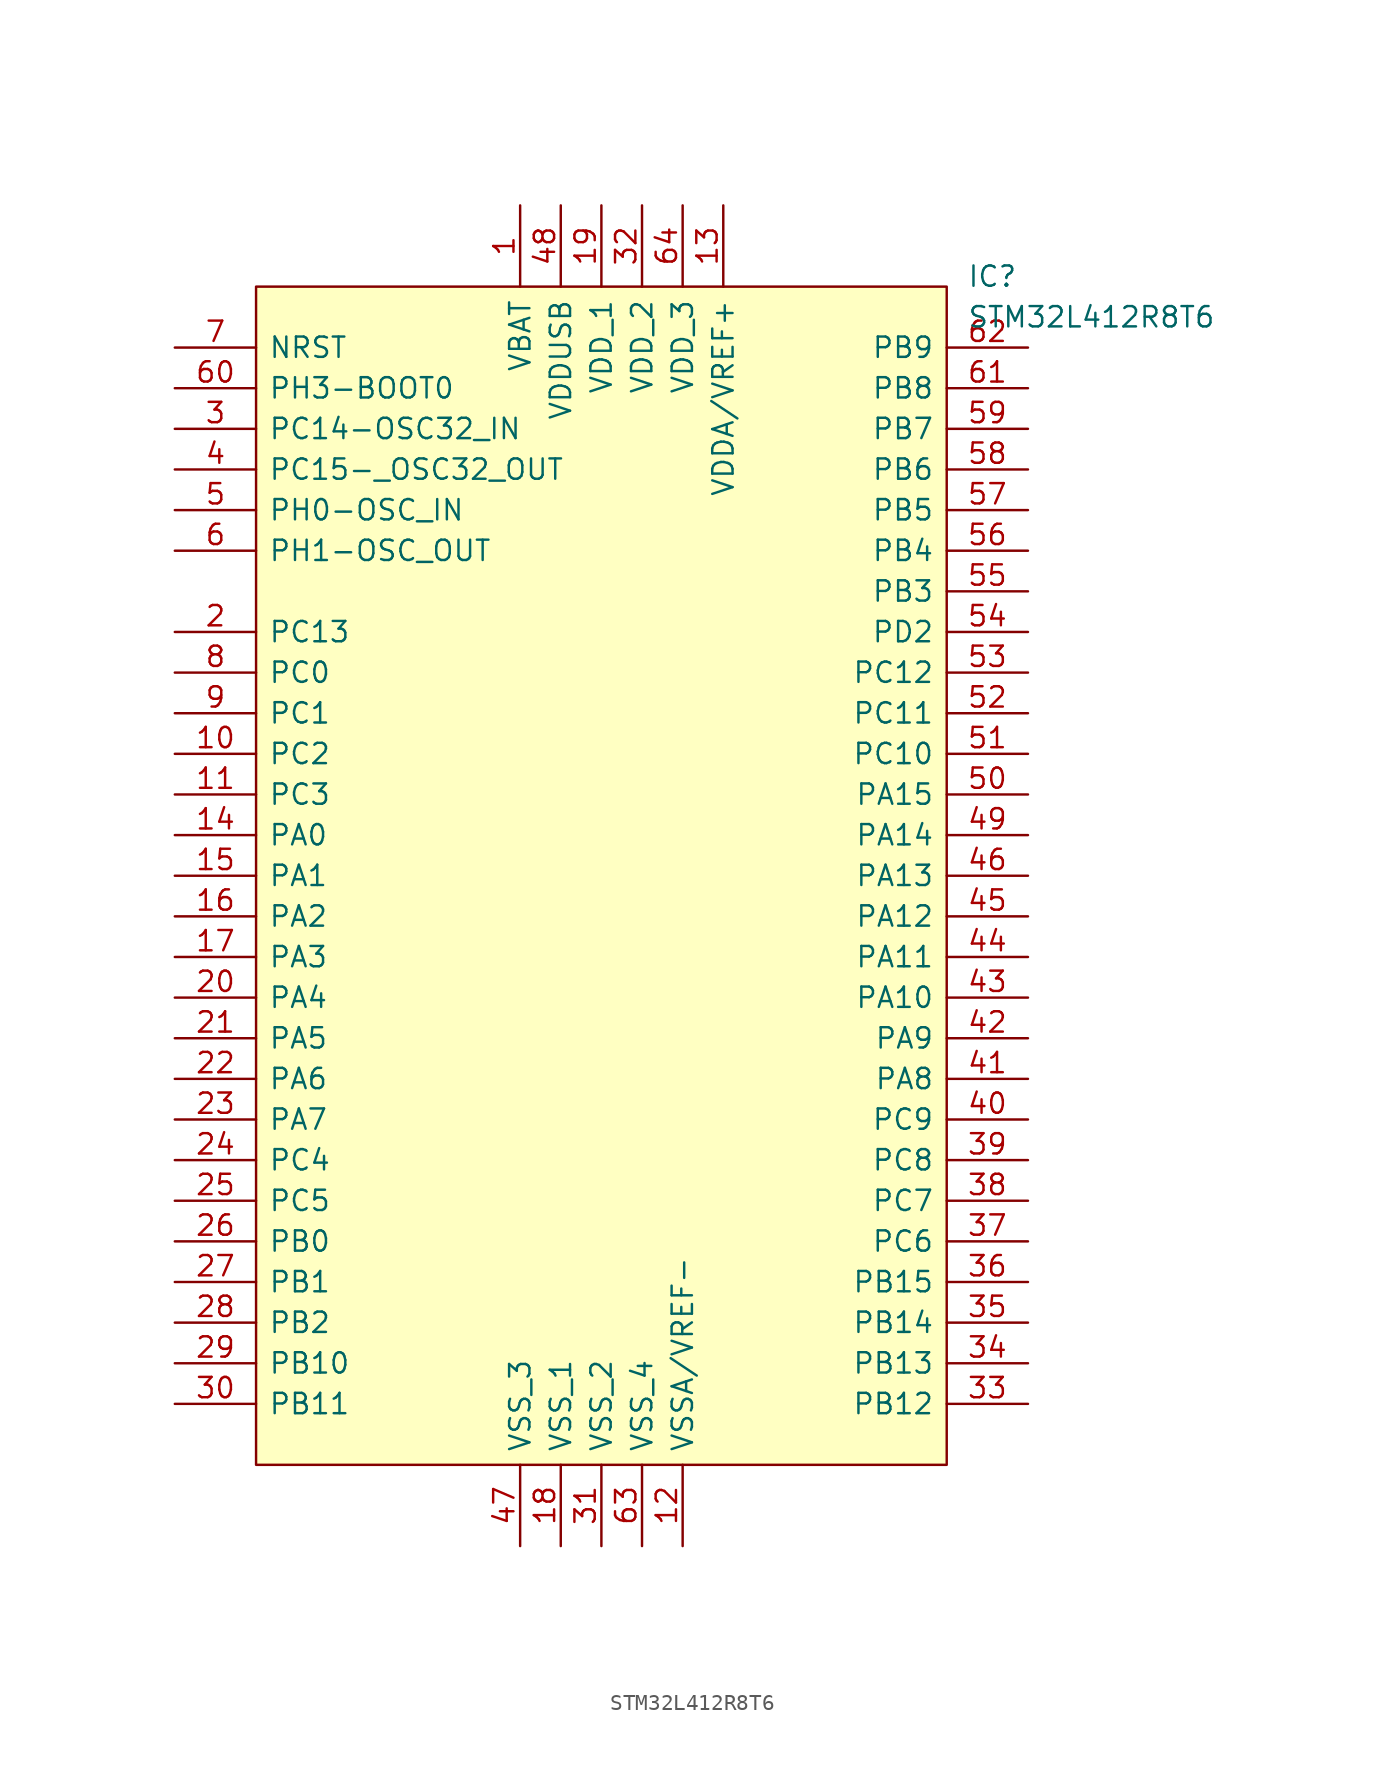
<source format=kicad_sym>
(kicad_symbol_lib
  (version 20211014)
  (generator kicad_symbol_editor)
  (symbol "STM32L412R8T6"
    (pin_names
      (offset 0.762))
    (property "Reference" "IC"
      (at 49.53 17.145 0)
      (effects (font (size 1.27 1.27)) (justify left)))
    (property "Value" "STM32L412R8T6"
      (at 49.53 14.605 0)
      (effects (font (size 1.27 1.27)) (justify left)))
    (symbol "STM32L412R8T6_0_0"
      (pin passive line (at 21.59 21.59 270) (length 5.08) (name "VBAT" (effects (font (size 1.27 1.27)))) (number "1" (effects (font (size 1.27 1.27)))))
      (pin passive line (at 0 -12.7 0) (length 5.08) (name "PC2" (effects (font (size 1.27 1.27)))) (number "10" (effects (font (size 1.27 1.27)))))
      (pin passive line (at 0 -15.24 0) (length 5.08) (name "PC3" (effects (font (size 1.27 1.27)))) (number "11" (effects (font (size 1.27 1.27)))))
      (pin passive line (at 31.75 -62.23 90) (length 5.08) (name "VSSA/VREF-" (effects (font (size 1.27 1.27)))) (number "12" (effects (font (size 1.27 1.27)))))
      (pin passive line (at 34.29 21.59 270) (length 5.08) (name "VDDA/VREF+" (effects (font (size 1.27 1.27)))) (number "13" (effects (font (size 1.27 1.27)))))
      (pin passive line (at 0 -17.78 0) (length 5.08) (name "PA0" (effects (font (size 1.27 1.27)))) (number "14" (effects (font (size 1.27 1.27)))))
      (pin passive line (at 0 -20.32 0) (length 5.08) (name "PA1" (effects (font (size 1.27 1.27)))) (number "15" (effects (font (size 1.27 1.27)))))
      (pin passive line (at 0 -22.86 0) (length 5.08) (name "PA2" (effects (font (size 1.27 1.27)))) (number "16" (effects (font (size 1.27 1.27)))))
      (pin passive line (at 0 -25.4 0) (length 5.08) (name "PA3" (effects (font (size 1.27 1.27)))) (number "17" (effects (font (size 1.27 1.27)))))
      (pin passive line (at 24.13 -62.23 90) (length 5.08) (name "VSS_1" (effects (font (size 1.27 1.27)))) (number "18" (effects (font (size 1.27 1.27)))))
      (pin passive line (at 26.67 21.59 270) (length 5.08) (name "VDD_1" (effects (font (size 1.27 1.27)))) (number "19" (effects (font (size 1.27 1.27)))))
      (pin passive line (at 0 -5.08 0) (length 5.08) (name "PC13" (effects (font (size 1.27 1.27)))) (number "2" (effects (font (size 1.27 1.27)))))
      (pin passive line (at 0 -27.94 0) (length 5.08) (name "PA4" (effects (font (size 1.27 1.27)))) (number "20" (effects (font (size 1.27 1.27)))))
      (pin passive line (at 0 -30.48 0) (length 5.08) (name "PA5" (effects (font (size 1.27 1.27)))) (number "21" (effects (font (size 1.27 1.27)))))
      (pin passive line (at 0 -33.02 0) (length 5.08) (name "PA6" (effects (font (size 1.27 1.27)))) (number "22" (effects (font (size 1.27 1.27)))))
      (pin passive line (at 0 -35.56 0) (length 5.08) (name "PA7" (effects (font (size 1.27 1.27)))) (number "23" (effects (font (size 1.27 1.27)))))
      (pin passive line (at 0 -38.1 0) (length 5.08) (name "PC4" (effects (font (size 1.27 1.27)))) (number "24" (effects (font (size 1.27 1.27)))))
      (pin passive line (at 0 -40.64 0) (length 5.08) (name "PC5" (effects (font (size 1.27 1.27)))) (number "25" (effects (font (size 1.27 1.27)))))
      (pin passive line (at 0 -43.18 0) (length 5.08) (name "PB0" (effects (font (size 1.27 1.27)))) (number "26" (effects (font (size 1.27 1.27)))))
      (pin passive line (at 0 -45.72 0) (length 5.08) (name "PB1" (effects (font (size 1.27 1.27)))) (number "27" (effects (font (size 1.27 1.27)))))
      (pin passive line (at 0 -48.26 0) (length 5.08) (name "PB2" (effects (font (size 1.27 1.27)))) (number "28" (effects (font (size 1.27 1.27)))))
      (pin passive line (at 0 -50.8 0) (length 5.08) (name "PB10" (effects (font (size 1.27 1.27)))) (number "29" (effects (font (size 1.27 1.27)))))
      (pin passive line (at 0 7.62 0) (length 5.08) (name "PC14-OSC32_IN" (effects (font (size 1.27 1.27)))) (number "3" (effects (font (size 1.27 1.27)))))
      (pin passive line (at 0 -53.34 0) (length 5.08) (name "PB11" (effects (font (size 1.27 1.27)))) (number "30" (effects (font (size 1.27 1.27)))))
      (pin passive line (at 26.67 -62.23 90) (length 5.08) (name "VSS_2" (effects (font (size 1.27 1.27)))) (number "31" (effects (font (size 1.27 1.27)))))
      (pin passive line (at 29.21 21.59 270) (length 5.08) (name "VDD_2" (effects (font (size 1.27 1.27)))) (number "32" (effects (font (size 1.27 1.27)))))
      (pin passive line (at 53.34 -53.34 180) (length 5.08) (name "PB12" (effects (font (size 1.27 1.27)))) (number "33" (effects (font (size 1.27 1.27)))))
      (pin passive line (at 53.34 -50.8 180) (length 5.08) (name "PB13" (effects (font (size 1.27 1.27)))) (number "34" (effects (font (size 1.27 1.27)))))
      (pin passive line (at 53.34 -48.26 180) (length 5.08) (name "PB14" (effects (font (size 1.27 1.27)))) (number "35" (effects (font (size 1.27 1.27)))))
      (pin passive line (at 53.34 -45.72 180) (length 5.08) (name "PB15" (effects (font (size 1.27 1.27)))) (number "36" (effects (font (size 1.27 1.27)))))
      (pin passive line (at 53.34 -43.18 180) (length 5.08) (name "PC6" (effects (font (size 1.27 1.27)))) (number "37" (effects (font (size 1.27 1.27)))))
      (pin passive line (at 53.34 -40.64 180) (length 5.08) (name "PC7" (effects (font (size 1.27 1.27)))) (number "38" (effects (font (size 1.27 1.27)))))
      (pin passive line (at 53.34 -38.1 180) (length 5.08) (name "PC8" (effects (font (size 1.27 1.27)))) (number "39" (effects (font (size 1.27 1.27)))))
      (pin passive line (at 0 5.08 0) (length 5.08) (name "PC15-_OSC32_OUT" (effects (font (size 1.27 1.27)))) (number "4" (effects (font (size 1.27 1.27)))))
      (pin passive line (at 53.34 -35.56 180) (length 5.08) (name "PC9" (effects (font (size 1.27 1.27)))) (number "40" (effects (font (size 1.27 1.27)))))
      (pin passive line (at 53.34 -33.02 180) (length 5.08) (name "PA8" (effects (font (size 1.27 1.27)))) (number "41" (effects (font (size 1.27 1.27)))))
      (pin passive line (at 53.34 -30.48 180) (length 5.08) (name "PA9" (effects (font (size 1.27 1.27)))) (number "42" (effects (font (size 1.27 1.27)))))
      (pin passive line (at 53.34 -27.94 180) (length 5.08) (name "PA10" (effects (font (size 1.27 1.27)))) (number "43" (effects (font (size 1.27 1.27)))))
      (pin passive line (at 53.34 -25.4 180) (length 5.08) (name "PA11" (effects (font (size 1.27 1.27)))) (number "44" (effects (font (size 1.27 1.27)))))
      (pin passive line (at 53.34 -22.86 180) (length 5.08) (name "PA12" (effects (font (size 1.27 1.27)))) (number "45" (effects (font (size 1.27 1.27)))))
      (pin passive line (at 53.34 -20.32 180) (length 5.08) (name "PA13" (effects (font (size 1.27 1.27)))) (number "46" (effects (font (size 1.27 1.27)))))
      (pin passive line (at 21.59 -62.23 90) (length 5.08) (name "VSS_3" (effects (font (size 1.27 1.27)))) (number "47" (effects (font (size 1.27 1.27)))))
      (pin passive line (at 24.13 21.59 270) (length 5.08) (name "VDDUSB" (effects (font (size 1.27 1.27)))) (number "48" (effects (font (size 1.27 1.27)))))
      (pin passive line (at 53.34 -17.78 180) (length 5.08) (name "PA14" (effects (font (size 1.27 1.27)))) (number "49" (effects (font (size 1.27 1.27)))))
      (pin passive line (at 0 2.54 0) (length 5.08) (name "PH0-OSC_IN" (effects (font (size 1.27 1.27)))) (number "5" (effects (font (size 1.27 1.27)))))
      (pin passive line (at 53.34 -15.24 180) (length 5.08) (name "PA15" (effects (font (size 1.27 1.27)))) (number "50" (effects (font (size 1.27 1.27)))))
      (pin passive line (at 53.34 -12.7 180) (length 5.08) (name "PC10" (effects (font (size 1.27 1.27)))) (number "51" (effects (font (size 1.27 1.27)))))
      (pin passive line (at 53.34 -10.16 180) (length 5.08) (name "PC11" (effects (font (size 1.27 1.27)))) (number "52" (effects (font (size 1.27 1.27)))))
      (pin passive line (at 53.34 -7.62 180) (length 5.08) (name "PC12" (effects (font (size 1.27 1.27)))) (number "53" (effects (font (size 1.27 1.27)))))
      (pin passive line (at 53.34 -5.08 180) (length 5.08) (name "PD2" (effects (font (size 1.27 1.27)))) (number "54" (effects (font (size 1.27 1.27)))))
      (pin passive line (at 53.34 -2.54 180) (length 5.08) (name "PB3" (effects (font (size 1.27 1.27)))) (number "55" (effects (font (size 1.27 1.27)))))
      (pin passive line (at 53.34 0 180) (length 5.08) (name "PB4" (effects (font (size 1.27 1.27)))) (number "56" (effects (font (size 1.27 1.27)))))
      (pin passive line (at 53.34 2.54 180) (length 5.08) (name "PB5" (effects (font (size 1.27 1.27)))) (number "57" (effects (font (size 1.27 1.27)))))
      (pin passive line (at 53.34 5.08 180) (length 5.08) (name "PB6" (effects (font (size 1.27 1.27)))) (number "58" (effects (font (size 1.27 1.27)))))
      (pin passive line (at 53.34 7.62 180) (length 5.08) (name "PB7" (effects (font (size 1.27 1.27)))) (number "59" (effects (font (size 1.27 1.27)))))
      (pin passive line (at 0 0 0) (length 5.08) (name "PH1-OSC_OUT" (effects (font (size 1.27 1.27)))) (number "6" (effects (font (size 1.27 1.27)))))
      (pin passive line (at 0 10.16 0) (length 5.08) (name "PH3-BOOT0" (effects (font (size 1.27 1.27)))) (number "60" (effects (font (size 1.27 1.27)))))
      (pin passive line (at 53.34 10.16 180) (length 5.08) (name "PB8" (effects (font (size 1.27 1.27)))) (number "61" (effects (font (size 1.27 1.27)))))
      (pin passive line (at 53.34 12.7 180) (length 5.08) (name "PB9" (effects (font (size 1.27 1.27)))) (number "62" (effects (font (size 1.27 1.27)))))
      (pin passive line (at 29.21 -62.23 90) (length 5.08) (name "VSS_4" (effects (font (size 1.27 1.27)))) (number "63" (effects (font (size 1.27 1.27)))))
      (pin passive line (at 31.75 21.59 270) (length 5.08) (name "VDD_3" (effects (font (size 1.27 1.27)))) (number "64" (effects (font (size 1.27 1.27)))))
      (pin passive line (at 0 12.7 0) (length 5.08) (name "NRST" (effects (font (size 1.27 1.27)))) (number "7" (effects (font (size 1.27 1.27)))))
      (pin passive line (at 0 -7.62 0) (length 5.08) (name "PC0" (effects (font (size 1.27 1.27)))) (number "8" (effects (font (size 1.27 1.27)))))
      (pin passive line (at 0 -10.16 0) (length 5.08) (name "PC1" (effects (font (size 1.27 1.27)))) (number "9" (effects (font (size 1.27 1.27))))))
    (symbol "STM32L412R8T6_0_1"
      (polyline (pts (xy 5.08 16.51) (xy 48.26 16.51) (xy 48.26 -57.15) (xy 5.08 -57.15) (xy 5.08 16.51)) (stroke (width 0.152) (type default) (color 0 0 0 0)) (fill (type background))))))
</source>
